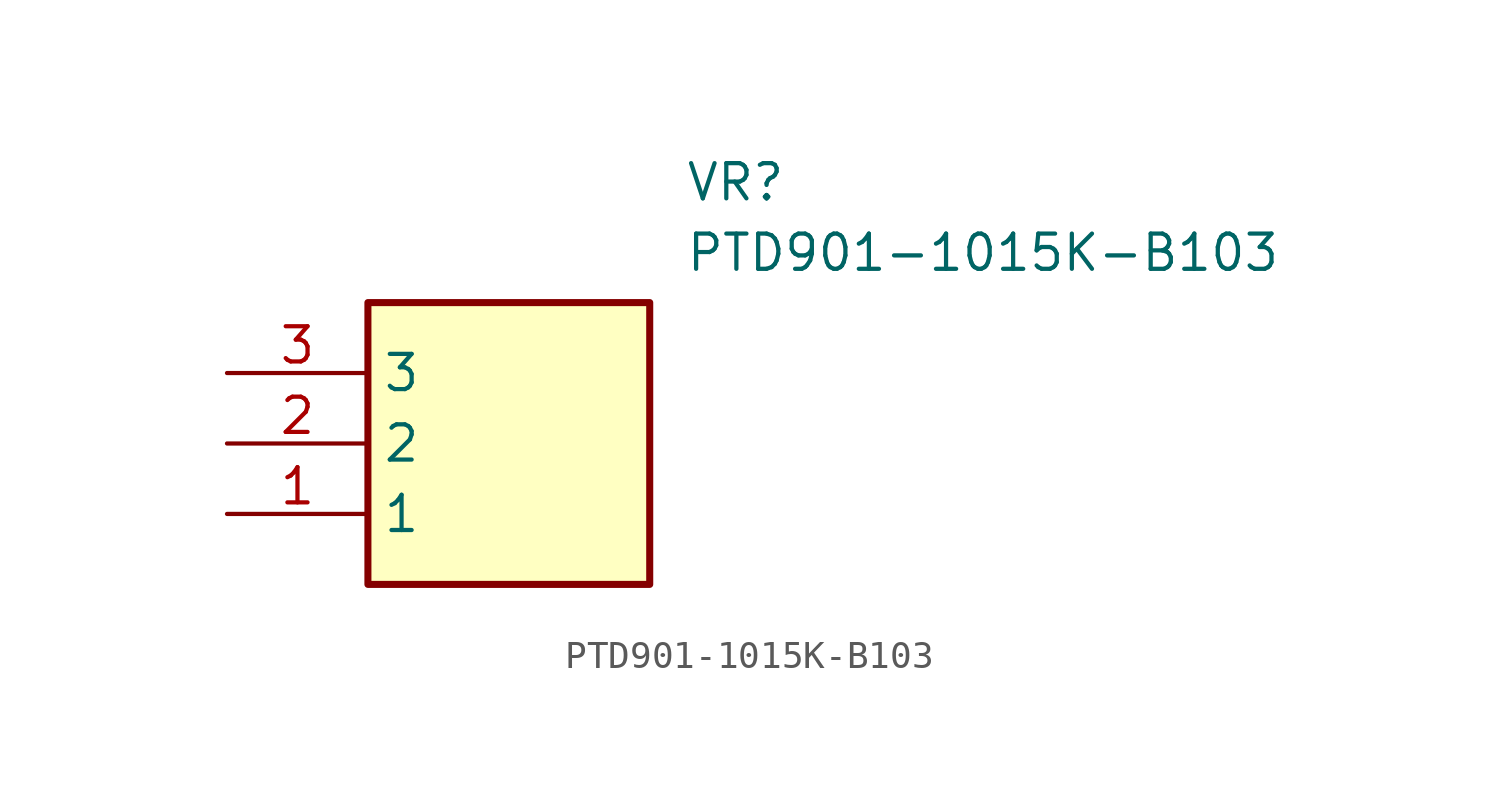
<source format=kicad_sym>
(kicad_symbol_lib
  (version 20211014)
  (generator SamacSys_ECAD_Model)
  (symbol "PTD901-1015K-B103"
    (property "Reference" "VR"
      (at 16.51 7.62 0)
      (effects (font (size 1.27 1.27)) (justify left top)))
    (property "Value" "PTD901-1015K-B103"
      (at 16.51 5.08 0)
      (effects (font (size 1.27 1.27)) (justify left top)))
    (rectangle
      (start 5.08 2.54)
      (end 15.24 -7.62)
      (stroke (width 0.254) (type default))
      (fill (type background)))
    (pin passive line
      (at 0 -5.08 0)
      (length 5.08)
      (name "1" (effects (font (size 1.27 1.27))))
      (number "1" (effects (font (size 1.27 1.27)))))
    (pin passive line
      (at 0 -2.54 0)
      (length 5.08)
      (name "2" (effects (font (size 1.27 1.27))))
      (number "2" (effects (font (size 1.27 1.27)))))
    (pin passive line
      (at 0 0 0)
      (length 5.08)
      (name "3" (effects (font (size 1.27 1.27))))
      (number "3" (effects (font (size 1.27 1.27)))))))
</source>
